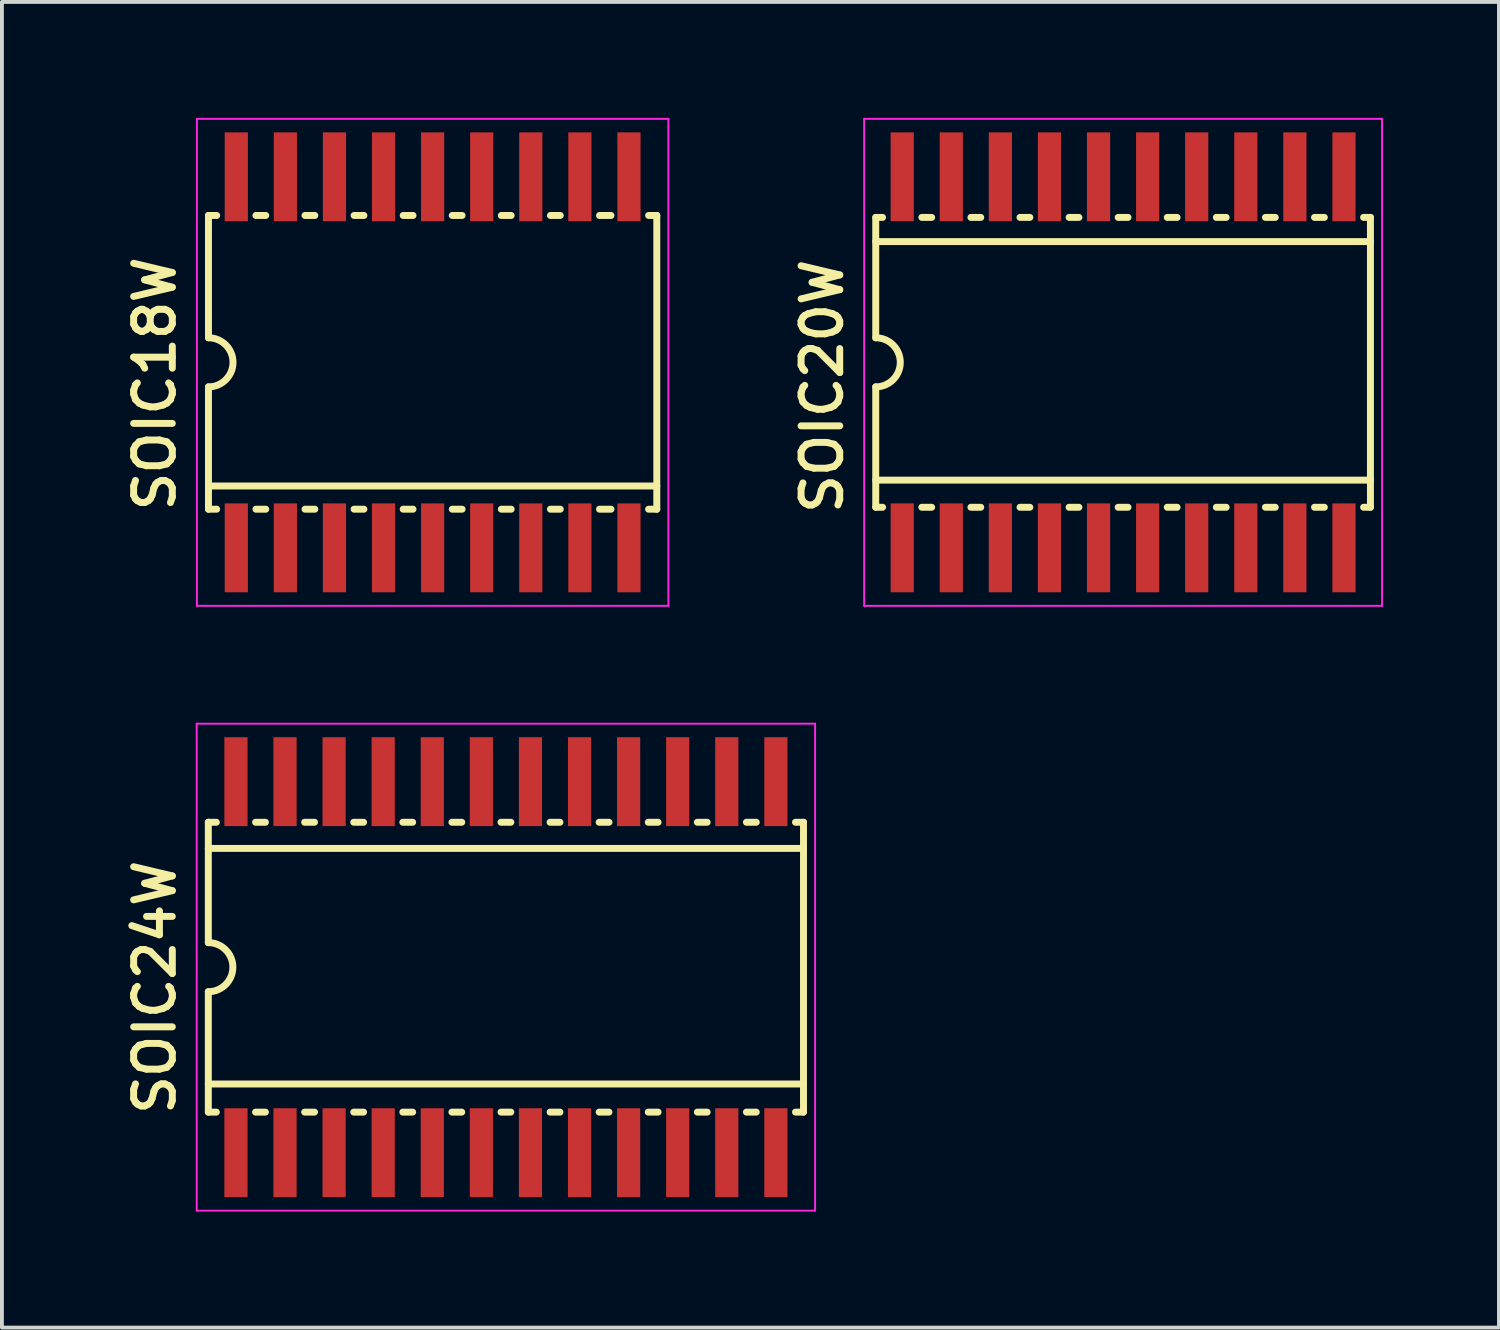
<source format=kicad_pcb>
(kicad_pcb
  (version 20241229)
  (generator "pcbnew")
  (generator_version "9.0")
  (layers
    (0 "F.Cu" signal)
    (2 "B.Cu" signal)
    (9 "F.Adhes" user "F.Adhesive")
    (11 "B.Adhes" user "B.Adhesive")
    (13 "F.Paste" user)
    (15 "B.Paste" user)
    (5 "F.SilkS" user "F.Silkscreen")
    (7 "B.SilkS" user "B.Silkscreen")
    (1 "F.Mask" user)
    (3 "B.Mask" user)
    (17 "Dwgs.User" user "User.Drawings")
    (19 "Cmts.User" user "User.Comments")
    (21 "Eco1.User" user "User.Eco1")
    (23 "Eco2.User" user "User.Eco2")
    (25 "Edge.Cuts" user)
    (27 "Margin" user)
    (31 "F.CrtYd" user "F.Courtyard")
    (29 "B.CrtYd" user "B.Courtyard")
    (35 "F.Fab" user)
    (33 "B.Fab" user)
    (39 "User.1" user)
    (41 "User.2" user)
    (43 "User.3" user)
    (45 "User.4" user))
  (footprint "SOIC24W"
    (layer "F.Cu")
    (at 10.04 21.975)
    (property "Reference" "SOIC24W" (at -8.5 3.9 90) (layer "F.SilkS") (effects (font (size 1 1) (thickness 0.18)) (justify left bottom)))
    (attr through_hole)
    (fp_line (start -7.7 -3.75) (end -7.493 -3.75) (stroke (width 0.18) (type solid)) (layer "F.SilkS"))
    (fp_line (start -7.7 -3.073) (end 7.7 -3.073) (stroke (width 0.18) (type solid)) (layer "F.SilkS"))
    (fp_line (start -7.7 -0.635) (end -7.7 -3.75) (stroke (width 0.18) (type solid)) (layer "F.SilkS"))
    (fp_line (start -7.7 3.023) (end 7.7 3.023) (stroke (width 0.18) (type solid)) (layer "F.SilkS"))
    (fp_line (start -7.7 3.75) (end -7.7 0.635) (stroke (width 0.18) (type solid)) (layer "F.SilkS"))
    (fp_line (start -7.7 3.75) (end -7.493 3.75) (stroke (width 0.18) (type solid)) (layer "F.SilkS"))
    (fp_line (start -6.477 -3.75) (end -6.223 -3.75) (stroke (width 0.18) (type solid)) (layer "F.SilkS"))
    (fp_line (start -6.477 3.75) (end -6.223 3.75) (stroke (width 0.18) (type solid)) (layer "F.SilkS"))
    (fp_line (start -5.207 -3.75) (end -4.953 -3.75) (stroke (width 0.18) (type solid)) (layer "F.SilkS"))
    (fp_line (start -5.207 3.75) (end -4.953 3.75) (stroke (width 0.18) (type solid)) (layer "F.SilkS"))
    (fp_line (start -3.937 -3.75) (end -3.683 -3.75) (stroke (width 0.18) (type solid)) (layer "F.SilkS"))
    (fp_line (start -3.937 3.75) (end -3.683 3.75) (stroke (width 0.18) (type solid)) (layer "F.SilkS"))
    (fp_line (start -2.667 -3.75) (end -2.413 -3.75) (stroke (width 0.18) (type solid)) (layer "F.SilkS"))
    (fp_line (start -2.667 3.75) (end -2.413 3.75) (stroke (width 0.18) (type solid)) (layer "F.SilkS"))
    (fp_line (start -1.397 -3.75) (end -1.143 -3.75) (stroke (width 0.18) (type solid)) (layer "F.SilkS"))
    (fp_line (start -1.397 3.75) (end -1.143 3.75) (stroke (width 0.18) (type solid)) (layer "F.SilkS"))
    (fp_line (start -0.127 -3.75) (end 0.127 -3.75) (stroke (width 0.18) (type solid)) (layer "F.SilkS"))
    (fp_line (start -0.127 3.75) (end 0.127 3.75) (stroke (width 0.18) (type solid)) (layer "F.SilkS"))
    (fp_line (start 1.143 -3.75) (end 1.397 -3.75) (stroke (width 0.18) (type solid)) (layer "F.SilkS"))
    (fp_line (start 1.143 3.75) (end 1.397 3.75) (stroke (width 0.18) (type solid)) (layer "F.SilkS"))
    (fp_line (start 2.413 -3.75) (end 2.667 -3.75) (stroke (width 0.18) (type solid)) (layer "F.SilkS"))
    (fp_line (start 2.413 3.75) (end 2.667 3.75) (stroke (width 0.18) (type solid)) (layer "F.SilkS"))
    (fp_line (start 3.683 -3.75) (end 3.937 -3.75) (stroke (width 0.18) (type solid)) (layer "F.SilkS"))
    (fp_line (start 3.683 3.75) (end 3.937 3.75) (stroke (width 0.18) (type solid)) (layer "F.SilkS"))
    (fp_line (start 4.953 -3.75) (end 5.207 -3.75) (stroke (width 0.18) (type solid)) (layer "F.SilkS"))
    (fp_line (start 4.953 3.75) (end 5.207 3.75) (stroke (width 0.18) (type solid)) (layer "F.SilkS"))
    (fp_line (start 6.223 -3.75) (end 6.477 -3.75) (stroke (width 0.18) (type solid)) (layer "F.SilkS"))
    (fp_line (start 6.223 3.75) (end 6.477 3.75) (stroke (width 0.18) (type solid)) (layer "F.SilkS"))
    (fp_line (start 7.493 -3.75) (end 7.7 -3.75) (stroke (width 0.18) (type solid)) (layer "F.SilkS"))
    (fp_line (start 7.493 3.75) (end 7.7 3.75) (stroke (width 0.18) (type solid)) (layer "F.SilkS"))
    (fp_line (start 7.7 -3.75) (end 7.7 3.75) (stroke (width 0.18) (type solid)) (layer "F.SilkS"))
    (fp_arc (start -7.7 -0.635) (mid -7.065 0) (end -7.7 0.635) (stroke (width 0.18) (type solid)) (layer "F.SilkS"))
    (fp_line (start -8 -6.3) (end 8 -6.3) (stroke (width 0.05) (type solid)) (layer "F.CrtYd"))
    (fp_line (start -8 6.3) (end -8 -6.3) (stroke (width 0.05) (type solid)) (layer "F.CrtYd"))
    (fp_line (start 8 -6.3) (end 8 6.3) (stroke (width 0.05) (type solid)) (layer "F.CrtYd"))
    (fp_line (start 8 6.3) (end -8 6.3) (stroke (width 0.05) (type solid)) (layer "F.CrtYd"))
    (pad "1" smd rect (at -6.985 4.8) (size 0.6 2.3) (layers "F.Cu" "F.Mask" "F.Paste"))
    (pad "2" smd rect (at -5.715 4.8) (size 0.6 2.3) (layers "F.Cu" "F.Mask" "F.Paste"))
    (pad "3" smd rect (at -4.445 4.8) (size 0.6 2.3) (layers "F.Cu" "F.Mask" "F.Paste"))
    (pad "4" smd rect (at -3.175 4.8) (size 0.6 2.3) (layers "F.Cu" "F.Mask" "F.Paste"))
    (pad "5" smd rect (at -1.905 4.8) (size 0.6 2.3) (layers "F.Cu" "F.Mask" "F.Paste"))
    (pad "6" smd rect (at -0.635 4.8) (size 0.6 2.3) (layers "F.Cu" "F.Mask" "F.Paste"))
    (pad "7" smd rect (at 0.635 4.8) (size 0.6 2.3) (layers "F.Cu" "F.Mask" "F.Paste"))
    (pad "8" smd rect (at 1.905 4.8) (size 0.6 2.3) (layers "F.Cu" "F.Mask" "F.Paste"))
    (pad "9" smd rect (at 3.175 4.8) (size 0.6 2.3) (layers "F.Cu" "F.Mask" "F.Paste"))
    (pad "10" smd rect (at 4.445 4.8) (size 0.6 2.3) (layers "F.Cu" "F.Mask" "F.Paste"))
    (pad "11" smd rect (at 5.715 4.8) (size 0.6 2.3) (layers "F.Cu" "F.Mask" "F.Paste"))
    (pad "12" smd rect (at 6.985 4.8) (size 0.6 2.3) (layers "F.Cu" "F.Mask" "F.Paste"))
    (pad "13" smd rect (at 6.985 -4.8) (size 0.6 2.3) (layers "F.Cu" "F.Mask" "F.Paste"))
    (pad "14" smd rect (at 5.715 -4.8) (size 0.6 2.3) (layers "F.Cu" "F.Mask" "F.Paste"))
    (pad "15" smd rect (at 4.445 -4.8) (size 0.6 2.3) (layers "F.Cu" "F.Mask" "F.Paste"))
    (pad "16" smd rect (at 3.175 -4.8) (size 0.6 2.3) (layers "F.Cu" "F.Mask" "F.Paste"))
    (pad "17" smd rect (at 1.905 -4.8) (size 0.6 2.3) (layers "F.Cu" "F.Mask" "F.Paste"))
    (pad "18" smd rect (at 0.635 -4.8) (size 0.6 2.3) (layers "F.Cu" "F.Mask" "F.Paste"))
    (pad "19" smd rect (at -0.635 -4.8) (size 0.6 2.3) (layers "F.Cu" "F.Mask" "F.Paste"))
    (pad "20" smd rect (at -1.905 -4.8) (size 0.6 2.3) (layers "F.Cu" "F.Mask" "F.Paste"))
    (pad "21" smd rect (at -3.175 -4.8) (size 0.6 2.3) (layers "F.Cu" "F.Mask" "F.Paste"))
    (pad "22" smd rect (at -4.445 -4.8) (size 0.6 2.3) (layers "F.Cu" "F.Mask" "F.Paste"))
    (pad "23" smd rect (at -5.715 -4.8) (size 0.6 2.3) (layers "F.Cu" "F.Mask" "F.Paste"))
    (pad "24" smd rect (at -6.985 -4.8) (size 0.6 2.3) (layers "F.Cu" "F.Mask" "F.Paste")))
  (footprint "SOIC18W"
    (layer "F.Cu")
    (at 8.144 6.325)
    (property "Reference" "SOIC18W" (at -6.604 3.937 90) (layer "F.SilkS") (effects (font (size 1 1) (thickness 0.18)) (justify left bottom)))
    (attr through_hole)
    (fp_line (start -5.8 -3.8) (end -5.8 -0.635) (stroke (width 0.18) (type solid)) (layer "F.SilkS"))
    (fp_line (start -5.8 -3.8) (end -5.588 -3.8) (stroke (width 0.18) (type solid)) (layer "F.SilkS"))
    (fp_line (start -5.8 3.8) (end -5.8 0.635) (stroke (width 0.18) (type solid)) (layer "F.SilkS"))
    (fp_line (start -5.8 3.8) (end -5.588 3.8) (stroke (width 0.18) (type solid)) (layer "F.SilkS"))
    (fp_line (start -4.572 -3.8) (end -4.318 -3.8) (stroke (width 0.18) (type solid)) (layer "F.SilkS"))
    (fp_line (start -4.572 3.8) (end -4.318 3.8) (stroke (width 0.18) (type solid)) (layer "F.SilkS"))
    (fp_line (start -3.302 -3.8) (end -3.048 -3.8) (stroke (width 0.18) (type solid)) (layer "F.SilkS"))
    (fp_line (start -3.302 3.8) (end -3.048 3.8) (stroke (width 0.18) (type solid)) (layer "F.SilkS"))
    (fp_line (start -2.032 -3.8) (end -1.778 -3.8) (stroke (width 0.18) (type solid)) (layer "F.SilkS"))
    (fp_line (start -2.032 3.8) (end -1.778 3.8) (stroke (width 0.18) (type solid)) (layer "F.SilkS"))
    (fp_line (start -0.762 -3.8) (end -0.508 -3.8) (stroke (width 0.18) (type solid)) (layer "F.SilkS"))
    (fp_line (start -0.762 3.8) (end -0.508 3.8) (stroke (width 0.18) (type solid)) (layer "F.SilkS"))
    (fp_line (start 0.508 -3.8) (end 0.762 -3.8) (stroke (width 0.18) (type solid)) (layer "F.SilkS"))
    (fp_line (start 0.508 3.8) (end 0.762 3.8) (stroke (width 0.18) (type solid)) (layer "F.SilkS"))
    (fp_line (start 1.778 -3.8) (end 2.032 -3.8) (stroke (width 0.18) (type solid)) (layer "F.SilkS"))
    (fp_line (start 1.778 3.8) (end 2.032 3.8) (stroke (width 0.18) (type solid)) (layer "F.SilkS"))
    (fp_line (start 3.048 -3.8) (end 3.302 -3.8) (stroke (width 0.18) (type solid)) (layer "F.SilkS"))
    (fp_line (start 3.048 3.8) (end 3.302 3.8) (stroke (width 0.18) (type solid)) (layer "F.SilkS"))
    (fp_line (start 4.318 -3.8) (end 4.615 -3.8) (stroke (width 0.18) (type solid)) (layer "F.SilkS"))
    (fp_line (start 4.318 3.8) (end 4.615 3.8) (stroke (width 0.18) (type solid)) (layer "F.SilkS"))
    (fp_line (start 5.588 -3.8) (end 5.8 -3.8) (stroke (width 0.18) (type solid)) (layer "F.SilkS"))
    (fp_line (start 5.588 3.8) (end 5.8 3.8) (stroke (width 0.18) (type solid)) (layer "F.SilkS"))
    (fp_line (start 5.8 -3.8) (end 5.8 3.8) (stroke (width 0.18) (type solid)) (layer "F.SilkS"))
    (fp_line (start 5.8 3.2) (end -5.8 3.2) (stroke (width 0.18) (type solid)) (layer "F.SilkS"))
    (fp_arc (start -5.8 -0.635) (mid -5.165 0) (end -5.8 0.635) (stroke (width 0.18) (type solid)) (layer "F.SilkS"))
    (fp_line (start -6.1 -6.3) (end 6.1 -6.3) (stroke (width 0.05) (type solid)) (layer "F.CrtYd"))
    (fp_line (start -6.1 6.3) (end -6.1 -6.3) (stroke (width 0.05) (type solid)) (layer "F.CrtYd"))
    (fp_line (start 6.1 -6.3) (end 6.1 6.3) (stroke (width 0.05) (type solid)) (layer "F.CrtYd"))
    (fp_line (start 6.1 6.3) (end -6.1 6.3) (stroke (width 0.05) (type solid)) (layer "F.CrtYd"))
    (pad "1" smd rect (at -5.08 4.8) (size 0.6 2.3) (layers "F.Cu" "F.Mask" "F.Paste"))
    (pad "2" smd rect (at -3.81 4.8) (size 0.6 2.3) (layers "F.Cu" "F.Mask" "F.Paste"))
    (pad "3" smd rect (at -2.54 4.8) (size 0.6 2.3) (layers "F.Cu" "F.Mask" "F.Paste"))
    (pad "4" smd rect (at -1.27 4.8) (size 0.6 2.3) (layers "F.Cu" "F.Mask" "F.Paste"))
    (pad "5" smd rect (at 0 4.8) (size 0.6 2.3) (layers "F.Cu" "F.Mask" "F.Paste"))
    (pad "6" smd rect (at 1.27 4.8) (size 0.6 2.3) (layers "F.Cu" "F.Mask" "F.Paste"))
    (pad "7" smd rect (at 2.54 4.8) (size 0.6 2.3) (layers "F.Cu" "F.Mask" "F.Paste"))
    (pad "8" smd rect (at 3.81 4.8) (size 0.6 2.3) (layers "F.Cu" "F.Mask" "F.Paste"))
    (pad "9" smd rect (at 5.08 4.8) (size 0.6 2.3) (layers "F.Cu" "F.Mask" "F.Paste"))
    (pad "10" smd rect (at 5.08 -4.8) (size 0.6 2.3) (layers "F.Cu" "F.Mask" "F.Paste"))
    (pad "11" smd rect (at 3.81 -4.8) (size 0.6 2.3) (layers "F.Cu" "F.Mask" "F.Paste"))
    (pad "12" smd rect (at 2.54 -4.8) (size 0.6 2.3) (layers "F.Cu" "F.Mask" "F.Paste"))
    (pad "13" smd rect (at 1.27 -4.8) (size 0.6 2.3) (layers "F.Cu" "F.Mask" "F.Paste"))
    (pad "14" smd rect (at 0 -4.8) (size 0.6 2.3) (layers "F.Cu" "F.Mask" "F.Paste"))
    (pad "15" smd rect (at -1.27 -4.8) (size 0.6 2.3) (layers "F.Cu" "F.Mask" "F.Paste"))
    (pad "16" smd rect (at -2.54 -4.8) (size 0.6 2.3) (layers "F.Cu" "F.Mask" "F.Paste"))
    (pad "17" smd rect (at -3.81 -4.8) (size 0.6 2.3) (layers "F.Cu" "F.Mask" "F.Paste"))
    (pad "18" smd rect (at -5.08 -4.8) (size 0.6 2.3) (layers "F.Cu" "F.Mask" "F.Paste")))
  (footprint "SOIC20W"
    (layer "F.Cu")
    (at 26.009 6.325)
    (property "Reference" "SOIC20W" (at -7.2 4 90) (layer "F.SilkS") (effects (font (size 1 1) (thickness 0.18)) (justify left bottom)))
    (attr through_hole)
    (fp_line (start -6.4 -3.75) (end -6.223 -3.75) (stroke (width 0.18) (type solid)) (layer "F.SilkS"))
    (fp_line (start -6.4 -3.124) (end 6.4 -3.124) (stroke (width 0.18) (type solid)) (layer "F.SilkS"))
    (fp_line (start -6.4 -0.635) (end -6.4 -3.75) (stroke (width 0.18) (type solid)) (layer "F.SilkS"))
    (fp_line (start -6.4 0.635) (end -6.4 3.75) (stroke (width 0.18) (type solid)) (layer "F.SilkS"))
    (fp_line (start -6.4 3.048) (end 6.4 3.048) (stroke (width 0.18) (type solid)) (layer "F.SilkS"))
    (fp_line (start -6.4 3.75) (end -6.223 3.75) (stroke (width 0.18) (type solid)) (layer "F.SilkS"))
    (fp_line (start -4.953 -3.75) (end -5.207 -3.75) (stroke (width 0.18) (type solid)) (layer "F.SilkS"))
    (fp_line (start -4.953 3.75) (end -5.207 3.75) (stroke (width 0.18) (type solid)) (layer "F.SilkS"))
    (fp_line (start -3.683 -3.75) (end -3.937 -3.75) (stroke (width 0.18) (type solid)) (layer "F.SilkS"))
    (fp_line (start -3.683 3.75) (end -3.937 3.75) (stroke (width 0.18) (type solid)) (layer "F.SilkS"))
    (fp_line (start -2.413 -3.75) (end -2.667 -3.75) (stroke (width 0.18) (type solid)) (layer "F.SilkS"))
    (fp_line (start -2.413 3.75) (end -2.667 3.75) (stroke (width 0.18) (type solid)) (layer "F.SilkS"))
    (fp_line (start -1.143 -3.75) (end -1.397 -3.75) (stroke (width 0.18) (type solid)) (layer "F.SilkS"))
    (fp_line (start -1.143 3.75) (end -1.397 3.75) (stroke (width 0.18) (type solid)) (layer "F.SilkS"))
    (fp_line (start 0.127 -3.75) (end -0.127 -3.75) (stroke (width 0.18) (type solid)) (layer "F.SilkS"))
    (fp_line (start 0.127 3.75) (end -0.127 3.75) (stroke (width 0.18) (type solid)) (layer "F.SilkS"))
    (fp_line (start 1.397 -3.75) (end 1.143 -3.75) (stroke (width 0.18) (type solid)) (layer "F.SilkS"))
    (fp_line (start 1.397 3.75) (end 1.143 3.75) (stroke (width 0.18) (type solid)) (layer "F.SilkS"))
    (fp_line (start 2.667 -3.75) (end 2.413 -3.75) (stroke (width 0.18) (type solid)) (layer "F.SilkS"))
    (fp_line (start 2.667 3.75) (end 2.413 3.75) (stroke (width 0.18) (type solid)) (layer "F.SilkS"))
    (fp_line (start 3.937 -3.75) (end 3.683 -3.75) (stroke (width 0.18) (type solid)) (layer "F.SilkS"))
    (fp_line (start 3.937 3.75) (end 3.683 3.75) (stroke (width 0.18) (type solid)) (layer "F.SilkS"))
    (fp_line (start 5.207 -3.75) (end 4.953 -3.75) (stroke (width 0.18) (type solid)) (layer "F.SilkS"))
    (fp_line (start 5.207 3.75) (end 4.953 3.75) (stroke (width 0.18) (type solid)) (layer "F.SilkS"))
    (fp_line (start 6.4 -3.75) (end 6.223 -3.75) (stroke (width 0.18) (type solid)) (layer "F.SilkS"))
    (fp_line (start 6.4 -3.75) (end 6.4 3.75) (stroke (width 0.18) (type solid)) (layer "F.SilkS"))
    (fp_line (start 6.4 3.75) (end 6.223 3.75) (stroke (width 0.18) (type solid)) (layer "F.SilkS"))
    (fp_arc (start -6.4 -0.635) (mid -5.765 0) (end -6.4 0.635) (stroke (width 0.18) (type solid)) (layer "F.SilkS"))
    (fp_line (start -6.7 -6.3) (end 6.7 -6.3) (stroke (width 0.05) (type solid)) (layer "F.CrtYd"))
    (fp_line (start -6.7 6.3) (end -6.7 -6.3) (stroke (width 0.05) (type solid)) (layer "F.CrtYd"))
    (fp_line (start 6.7 -6.3) (end 6.7 6.3) (stroke (width 0.05) (type solid)) (layer "F.CrtYd"))
    (fp_line (start 6.7 6.3) (end -6.7 6.3) (stroke (width 0.05) (type solid)) (layer "F.CrtYd"))
    (pad "1" smd rect (at -5.715 4.8) (size 0.6 2.3) (layers "F.Cu" "F.Mask" "F.Paste"))
    (pad "2" smd rect (at -4.445 4.8) (size 0.6 2.3) (layers "F.Cu" "F.Mask" "F.Paste"))
    (pad "3" smd rect (at -3.175 4.8) (size 0.6 2.3) (layers "F.Cu" "F.Mask" "F.Paste"))
    (pad "4" smd rect (at -1.905 4.8) (size 0.6 2.3) (layers "F.Cu" "F.Mask" "F.Paste"))
    (pad "5" smd rect (at -0.635 4.8) (size 0.6 2.3) (layers "F.Cu" "F.Mask" "F.Paste"))
    (pad "6" smd rect (at 0.635 4.8) (size 0.6 2.3) (layers "F.Cu" "F.Mask" "F.Paste"))
    (pad "7" smd rect (at 1.905 4.8) (size 0.6 2.3) (layers "F.Cu" "F.Mask" "F.Paste"))
    (pad "8" smd rect (at 3.175 4.8) (size 0.6 2.3) (layers "F.Cu" "F.Mask" "F.Paste"))
    (pad "9" smd rect (at 4.445 4.8) (size 0.6 2.3) (layers "F.Cu" "F.Mask" "F.Paste"))
    (pad "10" smd rect (at 5.715 4.8) (size 0.6 2.3) (layers "F.Cu" "F.Mask" "F.Paste"))
    (pad "11" smd rect (at 5.715 -4.8) (size 0.6 2.3) (layers "F.Cu" "F.Mask" "F.Paste"))
    (pad "12" smd rect (at 4.445 -4.8) (size 0.6 2.3) (layers "F.Cu" "F.Mask" "F.Paste"))
    (pad "13" smd rect (at 3.175 -4.8) (size 0.6 2.3) (layers "F.Cu" "F.Mask" "F.Paste"))
    (pad "14" smd rect (at 1.905 -4.8) (size 0.6 2.3) (layers "F.Cu" "F.Mask" "F.Paste"))
    (pad "15" smd rect (at 0.635 -4.8) (size 0.6 2.3) (layers "F.Cu" "F.Mask" "F.Paste"))
    (pad "16" smd rect (at -0.635 -4.8) (size 0.6 2.3) (layers "F.Cu" "F.Mask" "F.Paste"))
    (pad "17" smd rect (at -1.905 -4.8) (size 0.6 2.3) (layers "F.Cu" "F.Mask" "F.Paste"))
    (pad "18" smd rect (at -3.175 -4.8) (size 0.6 2.3) (layers "F.Cu" "F.Mask" "F.Paste"))
    (pad "19" smd rect (at -4.445 -4.8) (size 0.6 2.3) (layers "F.Cu" "F.Mask" "F.Paste"))
    (pad "20" smd rect (at -5.715 -4.8) (size 0.6 2.3) (layers "F.Cu" "F.Mask" "F.Paste")))
  (gr_rect
    (start -3 -3)
    (end 35.734 31.3)
    (stroke (width 0.1) (type default))
    (fill no)
    (layer "Edge.Cuts")))
</source>
